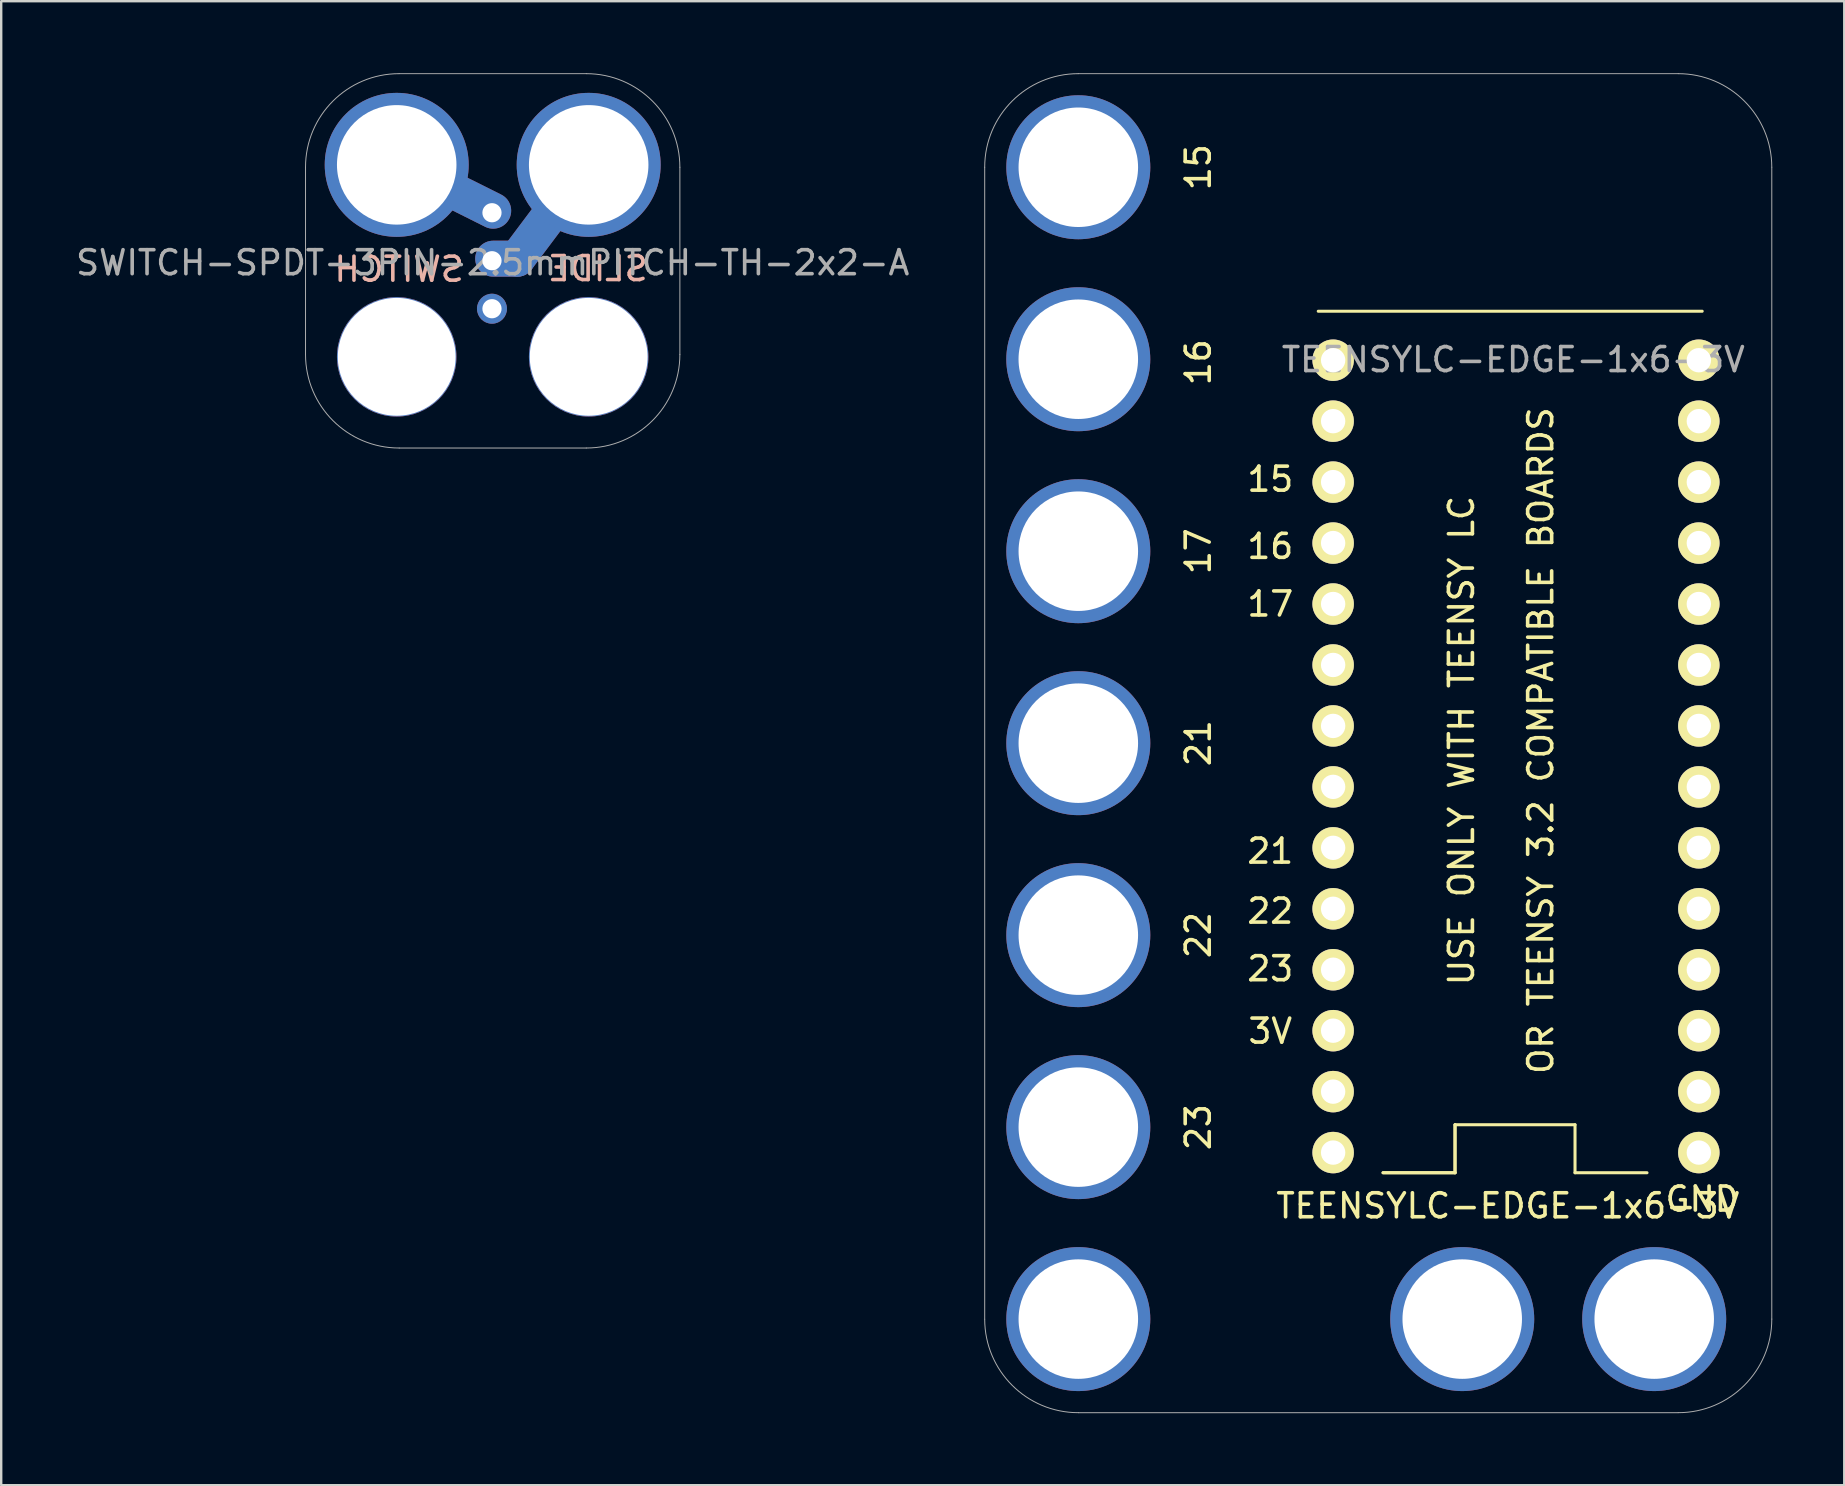
<source format=kicad_pcb>
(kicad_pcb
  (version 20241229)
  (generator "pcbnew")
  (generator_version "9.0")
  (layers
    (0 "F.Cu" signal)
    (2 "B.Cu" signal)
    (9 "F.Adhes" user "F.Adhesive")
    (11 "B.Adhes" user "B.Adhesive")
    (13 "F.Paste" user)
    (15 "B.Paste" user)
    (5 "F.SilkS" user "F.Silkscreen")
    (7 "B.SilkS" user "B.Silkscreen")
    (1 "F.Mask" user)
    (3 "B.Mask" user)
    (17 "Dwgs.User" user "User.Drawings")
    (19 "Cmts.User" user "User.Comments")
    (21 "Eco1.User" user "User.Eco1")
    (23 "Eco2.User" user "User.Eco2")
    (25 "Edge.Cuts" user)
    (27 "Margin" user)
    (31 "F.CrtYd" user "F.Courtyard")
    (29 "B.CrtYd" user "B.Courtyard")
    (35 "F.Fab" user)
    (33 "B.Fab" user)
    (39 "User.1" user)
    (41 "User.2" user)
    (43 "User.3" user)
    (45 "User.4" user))
  (footprint "TEENSYLC-EDGE-1x6-3V"
    (layer "F.Cu")
    (at 41.885 3.92)
    (property "Reference" "TEENSYLC-EDGE-1x6-3V" (at 17.9 43.28 0) (layer "F.SilkS") (effects (font (size 1 1) (thickness 0.15))))
    (attr through_hole)
    (fp_line (start 10 6) (end 26 6) (stroke (width 0.127) (type solid)) (layer "F.SilkS"))
    (fp_line (start 12.7 41.901) (end 15.7 41.901) (stroke (width 0.127) (type solid)) (layer "F.SilkS"))
    (fp_line (start 12.7 41.901) (end 15.7 41.901) (stroke (width 0.127) (type solid)) (layer "F.SilkS"))
    (fp_line (start 15.7 41.901) (end 15.7 39.901) (stroke (width 0.127) (type solid)) (layer "F.SilkS"))
    (fp_line (start 15.7 41.901) (end 15.7 39.901) (stroke (width 0.127) (type solid)) (layer "F.SilkS"))
    (fp_line (start 20.7 39.901) (end 15.7 39.901) (stroke (width 0.127) (type solid)) (layer "F.SilkS"))
    (fp_line (start 20.7 41.901) (end 20.7 39.901) (stroke (width 0.127) (type solid)) (layer "F.SilkS"))
    (fp_line (start 20.7 41.901) (end 23.7 41.901) (stroke (width 0.127) (type solid)) (layer "F.SilkS"))
    (fp_line (start -3.9 0) (end -3.9 48) (stroke (width 0.041) (type solid)) (layer "F.Fab"))
    (fp_line (start 0 51.9) (end 25 51.9) (stroke (width 0.041) (type solid)) (layer "F.Fab"))
    (fp_line (start 25 -3.9) (end 0 -3.9) (stroke (width 0.041) (type solid)) (layer "F.Fab"))
    (fp_line (start 28.9 48) (end 28.9 0) (stroke (width 0.041) (type solid)) (layer "F.Fab"))
    (fp_arc (start -3.9 0) (mid -2.757716 -2.757716) (end 0 -3.9) (stroke (width 0.04064) (type solid)) (layer "F.Fab"))
    (fp_arc (start 0 51.9) (mid -2.755309 50.760122) (end -3.899994 48.006807) (stroke (width 0.04064) (type solid)) (layer "F.Fab"))
    (fp_arc (start 25 -3.9) (mid 27.755309 -2.760122) (end 28.899994 -0.006807) (stroke (width 0.04064) (type solid)) (layer "F.Fab"))
    (fp_arc (start 28.9 48) (mid 27.757716 50.757716) (end 25 51.9) (stroke (width 0.04064) (type solid)) (layer "F.Fab"))
    (fp_text user "22" (at 8 31.001 0) (layer "F.SilkS") (effects (font (size 1 1) (thickness 0.15))))
    (fp_text user "3V" (at 8 36.001 0) (layer "F.SilkS") (effects (font (size 1 1) (thickness 0.15))))
    (fp_text user "23" (at 5 40 90) (layer "F.SilkS") (effects (font (size 1 1) (thickness 0.15))))
    (fp_text user "21" (at 5 24 90) (layer "F.SilkS") (effects (font (size 1 1) (thickness 0.15))))
    (fp_text user "USE ONLY WITH TEENSY LC" (at 15.969 23.892 90) (layer "F.SilkS") (effects (font (size 1 1) (thickness 0.15))))
    (fp_text user "21" (at 8 28.5 0) (layer "F.SilkS") (effects (font (size 1 1) (thickness 0.15))))
    (fp_text user "OR TEENSY 3.2 COMPATIBLE BOARDS" (at 19.271 23.892 90) (layer "F.SilkS") (effects (font (size 1 1) (thickness 0.15))))
    (fp_text user "17" (at 8 18.201 0) (layer "F.SilkS") (effects (font (size 1 1) (thickness 0.15))))
    (fp_text user "16" (at 5 8.126 90) (layer "F.SilkS") (effects (font (size 1 1) (thickness 0.15))))
    (fp_text user "17" (at 5 16 90) (layer "F.SilkS") (effects (font (size 1 1) (thickness 0.15))))
    (fp_text user "15" (at 5 -0.002 90) (layer "F.SilkS") (effects (font (size 1 1) (thickness 0.15))))
    (fp_text user "GND" (at 26 43 0) (layer "F.SilkS") (effects (font (size 1 1) (thickness 0.15))))
    (fp_text user "23" (at 8 33.401 0) (layer "F.SilkS") (effects (font (size 1 1) (thickness 0.15))))
    (fp_text user "22" (at 5 31.999 90) (layer "F.SilkS") (effects (font (size 1 1) (thickness 0.15))))
    (fp_text user "15" (at 8 13 0) (layer "F.SilkS") (effects (font (size 1 1) (thickness 0.15))))
    (fp_text user "16" (at 8 15.801 0) (layer "F.SilkS") (effects (font (size 1 1) (thickness 0.15))))
    (fp_text user "${REFERENCE}" (at 18.128 8.017 0) (layer "F.Fab") (effects (font (size 1 1) (thickness 0.15))))
    (pad "0" thru_hole circle (at 25.86 38.521 180) (size 1.727 1.727) (drill 1.016) (layers "*.Cu" "*.Mask" "F.SilkS"))
    (pad "1" thru_hole circle (at 25.86 35.981 180) (size 1.727 1.727) (drill 1.016) (layers "*.Cu" "*.Mask" "F.SilkS"))
    (pad "2" thru_hole circle (at 25.86 33.441 180) (size 1.727 1.727) (drill 1.016) (layers "*.Cu" "*.Mask" "F.SilkS"))
    (pad "3" thru_hole circle (at 25.86 30.901 180) (size 1.727 1.727) (drill 1.016) (layers "*.Cu" "*.Mask" "F.SilkS"))
    (pad "3.3V" thru_hole circle (at 10.62 35.981 180) (size 1.727 1.727) (drill 1.016) (layers "*.Cu" "*.Mask" "F.SilkS"))
    (pad "4" thru_hole circle (at 25.86 28.361 180) (size 1.727 1.727) (drill 1.016) (layers "*.Cu" "*.Mask" "F.SilkS"))
    (pad "5" thru_hole circle (at 25.86 25.821 180) (size 1.727 1.727) (drill 1.016) (layers "*.Cu" "*.Mask" "F.SilkS"))
    (pad "6" thru_hole circle (at 25.86 23.281 180) (size 1.727 1.727) (drill 1.016) (layers "*.Cu" "*.Mask" "F.SilkS"))
    (pad "7" thru_hole circle (at 25.86 20.741 180) (size 1.727 1.727) (drill 1.016) (layers "*.Cu" "*.Mask" "F.SilkS"))
    (pad "8" thru_hole circle (at 25.86 18.201 180) (size 1.727 1.727) (drill 1.016) (layers "*.Cu" "*.Mask" "F.SilkS"))
    (pad "9" thru_hole circle (at 25.86 15.661 180) (size 1.727 1.727) (drill 1.016) (layers "*.Cu" "*.Mask" "F.SilkS"))
    (pad "10" thru_hole circle (at 25.86 13.121 180) (size 1.727 1.727) (drill 1.016) (layers "*.Cu" "*.Mask" "F.SilkS"))
    (pad "11" thru_hole circle (at 25.86 10.581 180) (size 1.727 1.727) (drill 1.016) (layers "*.Cu" "*.Mask" "F.SilkS"))
    (pad "12" thru_hole circle (at 25.86 8.041 180) (size 1.727 1.727) (drill 1.016) (layers "*.Cu" "*.Mask" "F.SilkS"))
    (pad "13" thru_hole circle (at 10.62 8.041 180) (size 1.727 1.727) (drill 1.016) (layers "*.Cu" "*.Mask" "F.SilkS"))
    (pad "14" thru_hole circle (at 10.62 10.581 180) (size 1.727 1.727) (drill 1.016) (layers "*.Cu" "*.Mask" "F.SilkS"))
    (pad "15" thru_hole circle (at 0.001 0 90) (size 6 6) (drill 4.98) (layers "*.Cu" "*.Mask"))
    (pad "15" thru_hole circle (at 10.62 13.121 180) (size 1.727 1.727) (drill 1.016) (layers "*.Cu" "*.Mask" "F.SilkS"))
    (pad "16" thru_hole circle (at 0 8 90) (size 6 6) (drill 4.98) (layers "*.Cu" "*.Mask"))
    (pad "16" thru_hole circle (at 10.62 15.661 180) (size 1.727 1.727) (drill 1.016) (layers "*.Cu" "*.Mask" "F.SilkS"))
    (pad "17" thru_hole circle (at 0.001 16 90) (size 6 6) (drill 4.98) (layers "*.Cu" "*.Mask"))
    (pad "17" thru_hole circle (at 10.62 18.201 180) (size 1.727 1.727) (drill 1.016) (layers "*.Cu" "*.Mask" "F.SilkS"))
    (pad "18" thru_hole circle (at 10.62 20.741 180) (size 1.727 1.727) (drill 1.016) (layers "*.Cu" "*.Mask" "F.SilkS"))
    (pad "19" thru_hole circle (at 10.62 23.281 180) (size 1.727 1.727) (drill 1.016) (layers "*.Cu" "*.Mask" "F.SilkS"))
    (pad "20" thru_hole circle (at 10.62 25.821 180) (size 1.727 1.727) (drill 1.016) (layers "*.Cu" "*.Mask" "F.SilkS"))
    (pad "21" thru_hole circle (at 0.001 24 90) (size 6 6) (drill 4.98) (layers "*.Cu" "*.Mask"))
    (pad "21" thru_hole circle (at 10.62 28.361 180) (size 1.727 1.727) (drill 1.016) (layers "*.Cu" "*.Mask" "F.SilkS"))
    (pad "22" thru_hole circle (at 0.001 32 90) (size 6 6) (drill 4.98) (layers "*.Cu" "*.Mask"))
    (pad "22" thru_hole circle (at 10.62 30.901 180) (size 1.727 1.727) (drill 1.016) (layers "*.Cu" "*.Mask" "F.SilkS"))
    (pad "23" thru_hole circle (at 0.001 40 90) (size 6 6) (drill 4.98) (layers "*.Cu" "*.Mask"))
    (pad "23" thru_hole circle (at 10.62 33.441 180) (size 1.727 1.727) (drill 1.016) (layers "*.Cu" "*.Mask" "F.SilkS"))
    (pad "G3" thru_hole circle (at 10.62 38.521 180) (size 1.727 1.727) (drill 1.016) (layers "*.Cu" "*.Mask" "F.SilkS"))
    (pad "GND" thru_hole circle (at 0.001 48 90) (size 6 6) (drill 4.98) (layers "*.Cu" "*.Mask"))
    (pad "GND" thru_hole circle (at 16 48 90) (size 6 6) (drill 4.98) (layers "*.Cu" "*.Mask"))
    (pad "GND" thru_hole circle (at 24 48 90) (size 6 6) (drill 4.98) (layers "*.Cu" "*.Mask"))
    (pad "GND" thru_hole circle (at 25.86 41.061 180) (size 1.727 1.727) (drill 1.016) (layers "*.Cu" "*.Mask" "F.SilkS"))
    (pad "VIN" thru_hole circle (at 10.62 41.061 180) (size 1.727 1.727) (drill 1.016) (layers "*.Cu" "*.Mask" "F.SilkS")))
  (footprint "SWITCH-SPDT-3PIN-2.5mmPITCH-TH-2x2-A"
    (layer "F.Cu")
    (at 13.482 11.82)
    (property "Reference" "SWITCH-SPDT-3PIN-2.5mmPITCH-TH-2x2-A" (at 4 -3.92 0) (layer "F.Fab") (effects (font (size 1 1) (thickness 0.15))))
    (attr through_hole)
    (fp_line (start 4.02 -6.09) (end 0.02 -8.09) (stroke (width 1.5) (type solid)) (layer "F.Cu"))
    (fp_line (start 4.02 -4.09) (end 5.02 -4.09) (stroke (width 1.5) (type solid)) (layer "F.Cu"))
    (fp_line (start 5.02 -4.09) (end 8.02 -8.09) (stroke (width 1.5) (type solid)) (layer "F.Cu"))
    (fp_line (start 4.02 -6.09) (end 0.02 -8.09) (stroke (width 1.5) (type solid)) (layer "F.Mask"))
    (fp_line (start 4.02 -4.09) (end 5.02 -4.09) (stroke (width 1.5) (type solid)) (layer "F.Mask"))
    (fp_line (start 5.02 -4.09) (end 8.02 -8.09) (stroke (width 1.5) (type solid)) (layer "F.Mask"))
    (fp_line (start 4.02 -6.09) (end 0.02 -8.09) (stroke (width 1.5) (type solid)) (layer "B.Cu"))
    (fp_line (start 4.02 -4.09) (end 5.02 -4.09) (stroke (width 1.5) (type solid)) (layer "B.Cu"))
    (fp_line (start 5.02 -4.09) (end 8.02 -8.09) (stroke (width 1.5) (type solid)) (layer "B.Cu"))
    (fp_line (start 4.02 -6.09) (end 0.02 -8.09) (stroke (width 1.5) (type solid)) (layer "B.Mask"))
    (fp_line (start 4.02 -4.09) (end 5.02 -4.09) (stroke (width 1.5) (type solid)) (layer "B.Mask"))
    (fp_line (start 5.02 -4.09) (end 8.02 -8.09) (stroke (width 1.5) (type solid)) (layer "B.Mask"))
    (fp_line (start -3.8 -0.1) (end -3.8 -7.9) (stroke (width 0.041) (type solid)) (layer "F.Fab"))
    (fp_line (start 7.9 -11.8) (end 0.1 -11.8) (stroke (width 0.041) (type solid)) (layer "F.Fab"))
    (fp_line (start 7.9 3.8) (end 0.1 3.8) (stroke (width 0.041) (type solid)) (layer "F.Fab"))
    (fp_line (start 11.8 -0.1) (end 11.8 -7.9) (stroke (width 0.041) (type solid)) (layer "F.Fab"))
    (fp_arc (start -3.8 -7.9) (mid -2.657716 -10.657716) (end 0.1 -11.8) (stroke (width 0.04064) (type solid)) (layer "F.Fab"))
    (fp_arc (start 0.1 3.8) (mid -2.657716 2.657716) (end -3.8 -0.1) (stroke (width 0.04064) (type solid)) (layer "F.Fab"))
    (fp_arc (start 7.9 -11.8) (mid 10.657716 -10.657716) (end 11.8 -7.9) (stroke (width 0.04064) (type solid)) (layer "F.Fab"))
    (fp_arc (start 11.8 -0.1) (mid 10.657716 2.657716) (end 7.9 3.8) (stroke (width 0.04064) (type solid)) (layer "F.Fab"))
    (fp_text user "SWITCH" (at 0.1 -3.65 0) (layer "B.SilkS") (effects (font (size 1 1) (thickness 0.15)) (justify mirror)))
    (fp_text user "SLIDE " (at 8 -3.675 0) (layer "B.SilkS") (effects (font (size 1 1) (thickness 0.15)) (justify mirror)))
    (pad "" np_thru_hole circle (at 0 0) (size 4.98 4.98) (drill 4.91) (layers "*.Cu"))
    (pad "" np_thru_hole circle (at 8 0) (size 4.98 4.98) (drill 4.91) (layers "*.Cu"))
    (pad "1" thru_hole circle (at 3.97 -2.005 270) (size 1.25 1.25) (drill 0.8) (layers "*.Cu" "*.Mask"))
    (pad "2" thru_hole circle (at 3.97 -4.005 270) (size 1.25 1.25) (drill 0.8) (layers "*.Cu" "*.Mask"))
    (pad "2" thru_hole circle (at 8 -8) (size 6 6) (drill 4.98) (layers "*.Cu" "*.Mask"))
    (pad "3" thru_hole circle (at 0 -8) (size 6 6) (drill 4.98) (layers "*.Cu" "*.Mask"))
    (pad "3" thru_hole circle (at 3.97 -6.005 270) (size 1.25 1.25) (drill 0.8) (layers "*.Cu" "*.Mask")))
  (gr_rect
    (start -3 -3)
    (end 73.805 58.841)
    (stroke (width 0.1) (type default))
    (fill no)
    (layer "Edge.Cuts")))
</source>
